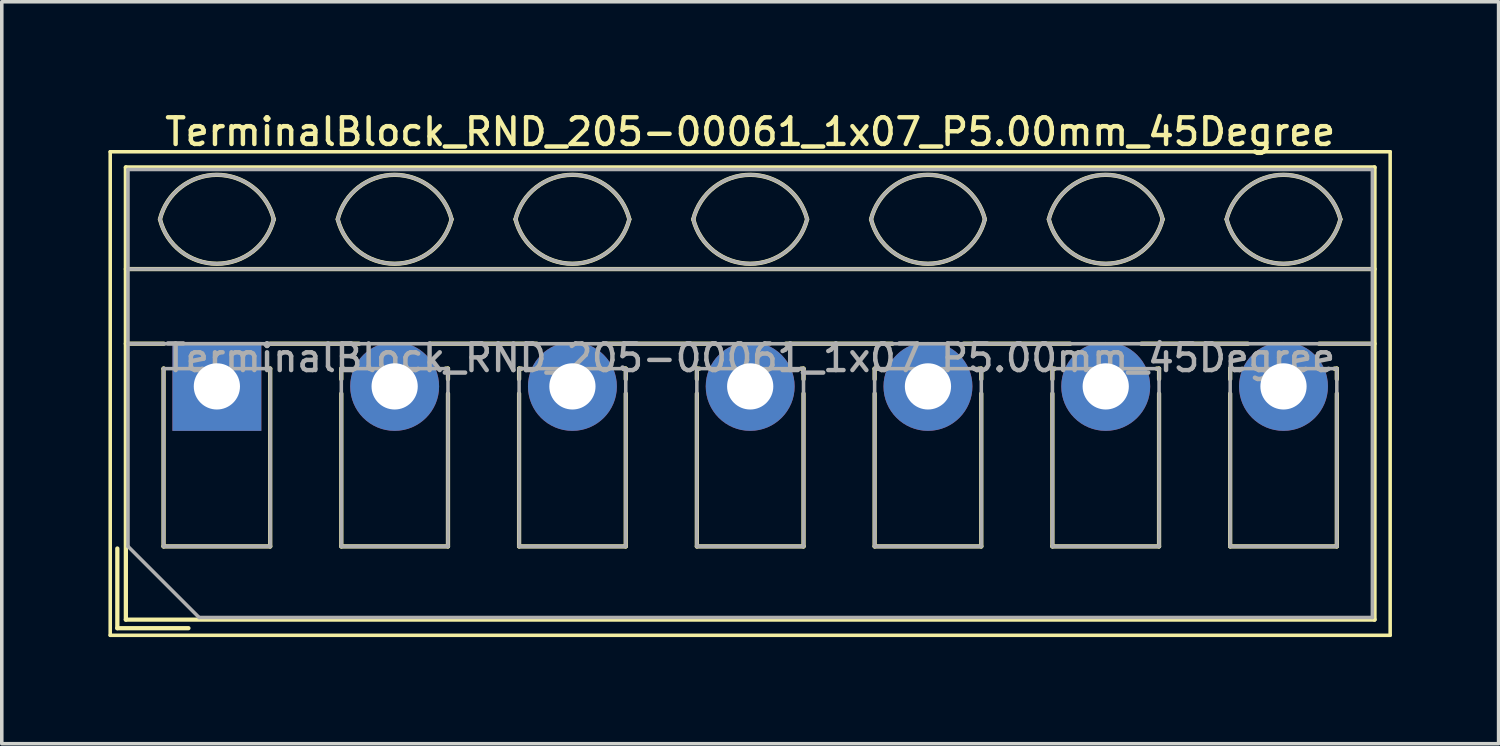
<source format=kicad_pcb>
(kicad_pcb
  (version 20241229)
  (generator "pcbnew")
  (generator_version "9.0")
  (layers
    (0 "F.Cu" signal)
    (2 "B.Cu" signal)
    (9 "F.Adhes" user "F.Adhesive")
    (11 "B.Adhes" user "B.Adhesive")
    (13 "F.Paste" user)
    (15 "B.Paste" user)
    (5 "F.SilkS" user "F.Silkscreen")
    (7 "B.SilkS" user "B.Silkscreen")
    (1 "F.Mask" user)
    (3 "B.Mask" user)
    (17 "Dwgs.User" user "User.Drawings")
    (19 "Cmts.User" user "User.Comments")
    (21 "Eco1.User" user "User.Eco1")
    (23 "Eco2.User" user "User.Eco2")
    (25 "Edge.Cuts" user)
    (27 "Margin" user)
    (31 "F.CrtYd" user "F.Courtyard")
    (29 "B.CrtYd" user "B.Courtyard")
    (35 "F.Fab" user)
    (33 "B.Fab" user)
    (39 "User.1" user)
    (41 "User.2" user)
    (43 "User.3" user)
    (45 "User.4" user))
  (footprint "TerminalBlock_RND_205-00061_1x07_P5.00mm_45Degree"
    (layer "F.Cu")
    (at 3.05 7.818)
    (property "Reference" "TerminalBlock_RND_205-00061_1x07_P5.00mm_45Degree" (at 15 -7.16 0) (layer "F.SilkS") (effects (font (size 0.75 0.75) (thickness 0.125))))
    (attr through_hole)
    (fp_line (start -3 -6.6) (end -3 7) (stroke (width 0.1) (type solid)) (layer "F.SilkS"))
    (fp_line (start -3 7) (end 33 7) (stroke (width 0.1) (type solid)) (layer "F.SilkS"))
    (fp_line (start -2.8 4.56) (end -2.8 6.8) (stroke (width 0.12) (type solid)) (layer "F.SilkS"))
    (fp_line (start -2.8 6.8) (end -0.8 6.8) (stroke (width 0.12) (type solid)) (layer "F.SilkS"))
    (fp_line (start -2.56 -6.16) (end -2.56 6.56) (stroke (width 0.12) (type solid)) (layer "F.SilkS"))
    (fp_line (start -2.56 -6.16) (end 32.56 -6.16) (stroke (width 0.12) (type solid)) (layer "F.SilkS"))
    (fp_line (start -2.56 -3.301) (end 32.56 -3.301) (stroke (width 0.12) (type solid)) (layer "F.SilkS"))
    (fp_line (start -2.56 -1.201) (end -1.49 -1.201) (stroke (width 0.12) (type solid)) (layer "F.SilkS"))
    (fp_line (start -2.56 6.56) (end 32.56 6.56) (stroke (width 0.12) (type solid)) (layer "F.SilkS"))
    (fp_line (start -1.5 -0.5) (end -1.5 4.5) (stroke (width 0.12) (type solid)) (layer "F.SilkS"))
    (fp_line (start -1.5 -0.5) (end -1.49 -0.5) (stroke (width 0.12) (type solid)) (layer "F.SilkS"))
    (fp_line (start -1.5 4.5) (end 1.5 4.5) (stroke (width 0.12) (type solid)) (layer "F.SilkS"))
    (fp_line (start 1.49 -1.201) (end 4 -1.201) (stroke (width 0.12) (type solid)) (layer "F.SilkS"))
    (fp_line (start 1.49 -0.5) (end 1.5 -0.5) (stroke (width 0.12) (type solid)) (layer "F.SilkS"))
    (fp_line (start 1.5 -0.5) (end 1.5 4.5) (stroke (width 0.12) (type solid)) (layer "F.SilkS"))
    (fp_line (start 3.5 -0.5) (end 3.5 -0.202) (stroke (width 0.12) (type solid)) (layer "F.SilkS"))
    (fp_line (start 3.5 -0.5) (end 3.57 -0.5) (stroke (width 0.12) (type solid)) (layer "F.SilkS"))
    (fp_line (start 3.5 0.202) (end 3.5 4.5) (stroke (width 0.12) (type solid)) (layer "F.SilkS"))
    (fp_line (start 3.5 4.5) (end 6.5 4.5) (stroke (width 0.12) (type solid)) (layer "F.SilkS"))
    (fp_line (start 6.001 -1.201) (end 9 -1.201) (stroke (width 0.12) (type solid)) (layer "F.SilkS"))
    (fp_line (start 6.431 -0.5) (end 6.5 -0.5) (stroke (width 0.12) (type solid)) (layer "F.SilkS"))
    (fp_line (start 6.5 -0.5) (end 6.5 -0.202) (stroke (width 0.12) (type solid)) (layer "F.SilkS"))
    (fp_line (start 6.5 0.202) (end 6.5 4.5) (stroke (width 0.12) (type solid)) (layer "F.SilkS"))
    (fp_line (start 8.5 -0.5) (end 8.5 -0.202) (stroke (width 0.12) (type solid)) (layer "F.SilkS"))
    (fp_line (start 8.5 -0.5) (end 8.57 -0.5) (stroke (width 0.12) (type solid)) (layer "F.SilkS"))
    (fp_line (start 8.5 0.202) (end 8.5 4.5) (stroke (width 0.12) (type solid)) (layer "F.SilkS"))
    (fp_line (start 8.5 4.5) (end 11.5 4.5) (stroke (width 0.12) (type solid)) (layer "F.SilkS"))
    (fp_line (start 11.001 -1.201) (end 14 -1.201) (stroke (width 0.12) (type solid)) (layer "F.SilkS"))
    (fp_line (start 11.431 -0.5) (end 11.5 -0.5) (stroke (width 0.12) (type solid)) (layer "F.SilkS"))
    (fp_line (start 11.5 -0.5) (end 11.5 -0.202) (stroke (width 0.12) (type solid)) (layer "F.SilkS"))
    (fp_line (start 11.5 0.202) (end 11.5 4.5) (stroke (width 0.12) (type solid)) (layer "F.SilkS"))
    (fp_line (start 13.5 -0.5) (end 13.5 -0.202) (stroke (width 0.12) (type solid)) (layer "F.SilkS"))
    (fp_line (start 13.5 -0.5) (end 13.57 -0.5) (stroke (width 0.12) (type solid)) (layer "F.SilkS"))
    (fp_line (start 13.5 0.202) (end 13.5 4.5) (stroke (width 0.12) (type solid)) (layer "F.SilkS"))
    (fp_line (start 13.5 4.5) (end 16.5 4.5) (stroke (width 0.12) (type solid)) (layer "F.SilkS"))
    (fp_line (start 16.001 -1.201) (end 19 -1.201) (stroke (width 0.12) (type solid)) (layer "F.SilkS"))
    (fp_line (start 16.431 -0.5) (end 16.5 -0.5) (stroke (width 0.12) (type solid)) (layer "F.SilkS"))
    (fp_line (start 16.5 -0.5) (end 16.5 -0.202) (stroke (width 0.12) (type solid)) (layer "F.SilkS"))
    (fp_line (start 16.5 0.202) (end 16.5 4.5) (stroke (width 0.12) (type solid)) (layer "F.SilkS"))
    (fp_line (start 18.5 -0.5) (end 18.5 -0.202) (stroke (width 0.12) (type solid)) (layer "F.SilkS"))
    (fp_line (start 18.5 -0.5) (end 18.57 -0.5) (stroke (width 0.12) (type solid)) (layer "F.SilkS"))
    (fp_line (start 18.5 0.202) (end 18.5 4.5) (stroke (width 0.12) (type solid)) (layer "F.SilkS"))
    (fp_line (start 18.5 4.5) (end 21.5 4.5) (stroke (width 0.12) (type solid)) (layer "F.SilkS"))
    (fp_line (start 21.001 -1.201) (end 24 -1.201) (stroke (width 0.12) (type solid)) (layer "F.SilkS"))
    (fp_line (start 21.431 -0.5) (end 21.5 -0.5) (stroke (width 0.12) (type solid)) (layer "F.SilkS"))
    (fp_line (start 21.5 -0.5) (end 21.5 -0.202) (stroke (width 0.12) (type solid)) (layer "F.SilkS"))
    (fp_line (start 21.5 0.202) (end 21.5 4.5) (stroke (width 0.12) (type solid)) (layer "F.SilkS"))
    (fp_line (start 23.5 -0.5) (end 23.5 -0.202) (stroke (width 0.12) (type solid)) (layer "F.SilkS"))
    (fp_line (start 23.5 -0.5) (end 23.57 -0.5) (stroke (width 0.12) (type solid)) (layer "F.SilkS"))
    (fp_line (start 23.5 0.202) (end 23.5 4.5) (stroke (width 0.12) (type solid)) (layer "F.SilkS"))
    (fp_line (start 23.5 4.5) (end 26.5 4.5) (stroke (width 0.12) (type solid)) (layer "F.SilkS"))
    (fp_line (start 26.001 -1.201) (end 29 -1.201) (stroke (width 0.12) (type solid)) (layer "F.SilkS"))
    (fp_line (start 26.431 -0.5) (end 26.5 -0.5) (stroke (width 0.12) (type solid)) (layer "F.SilkS"))
    (fp_line (start 26.5 -0.5) (end 26.5 -0.202) (stroke (width 0.12) (type solid)) (layer "F.SilkS"))
    (fp_line (start 26.5 0.202) (end 26.5 4.5) (stroke (width 0.12) (type solid)) (layer "F.SilkS"))
    (fp_line (start 28.5 -0.5) (end 28.5 -0.202) (stroke (width 0.12) (type solid)) (layer "F.SilkS"))
    (fp_line (start 28.5 -0.5) (end 28.57 -0.5) (stroke (width 0.12) (type solid)) (layer "F.SilkS"))
    (fp_line (start 28.5 0.202) (end 28.5 4.5) (stroke (width 0.12) (type solid)) (layer "F.SilkS"))
    (fp_line (start 28.5 4.5) (end 31.5 4.5) (stroke (width 0.12) (type solid)) (layer "F.SilkS"))
    (fp_line (start 31.001 -1.201) (end 32.56 -1.201) (stroke (width 0.12) (type solid)) (layer "F.SilkS"))
    (fp_line (start 31.431 -0.5) (end 31.5 -0.5) (stroke (width 0.12) (type solid)) (layer "F.SilkS"))
    (fp_line (start 31.5 -0.5) (end 31.5 -0.202) (stroke (width 0.12) (type solid)) (layer "F.SilkS"))
    (fp_line (start 31.5 0.202) (end 31.5 4.5) (stroke (width 0.12) (type solid)) (layer "F.SilkS"))
    (fp_line (start 32.56 -6.16) (end 32.56 6.56) (stroke (width 0.12) (type solid)) (layer "F.SilkS"))
    (fp_line (start 33 -6.6) (end -3 -6.6) (stroke (width 0.1) (type solid)) (layer "F.SilkS"))
    (fp_line (start 33 7) (end 33 -6.6) (stroke (width 0.1) (type solid)) (layer "F.SilkS"))
    (fp_arc (start -1.600914 -4.700344) (mid 0.000177 -5.95097) (end 1.601 -4.7) (stroke (width 0.12) (type solid)) (layer "F.SilkS"))
    (fp_arc (start 1.6 -4.7) (mid -0.000064 -3.45) (end -1.600031 -4.700125) (stroke (width 0.12) (type solid)) (layer "F.SilkS"))
    (fp_arc (start 3.399086 -4.700344) (mid 5.000177 -5.95097) (end 6.601 -4.7) (stroke (width 0.12) (type solid)) (layer "F.SilkS"))
    (fp_arc (start 6.6 -4.7) (mid 4.999936 -3.45) (end 3.399969 -4.700125) (stroke (width 0.12) (type solid)) (layer "F.SilkS"))
    (fp_arc (start 8.399086 -4.700344) (mid 10.000177 -5.95097) (end 11.601 -4.7) (stroke (width 0.12) (type solid)) (layer "F.SilkS"))
    (fp_arc (start 11.6 -4.7) (mid 9.999936 -3.45) (end 8.399969 -4.700125) (stroke (width 0.12) (type solid)) (layer "F.SilkS"))
    (fp_arc (start 13.399086 -4.700344) (mid 15.000177 -5.95097) (end 16.601 -4.7) (stroke (width 0.12) (type solid)) (layer "F.SilkS"))
    (fp_arc (start 16.6 -4.7) (mid 14.999936 -3.45) (end 13.399969 -4.700125) (stroke (width 0.12) (type solid)) (layer "F.SilkS"))
    (fp_arc (start 18.399086 -4.700344) (mid 20.000177 -5.95097) (end 21.601 -4.7) (stroke (width 0.12) (type solid)) (layer "F.SilkS"))
    (fp_arc (start 21.6 -4.7) (mid 19.999936 -3.45) (end 18.399969 -4.700125) (stroke (width 0.12) (type solid)) (layer "F.SilkS"))
    (fp_arc (start 23.399086 -4.700344) (mid 25.000177 -5.95097) (end 26.601 -4.7) (stroke (width 0.12) (type solid)) (layer "F.SilkS"))
    (fp_arc (start 26.6 -4.7) (mid 24.999936 -3.45) (end 23.399969 -4.700125) (stroke (width 0.12) (type solid)) (layer "F.SilkS"))
    (fp_arc (start 28.399086 -4.700344) (mid 30.000177 -5.95097) (end 31.601 -4.7) (stroke (width 0.12) (type solid)) (layer "F.SilkS"))
    (fp_arc (start 31.6 -4.7) (mid 29.999936 -3.45) (end 28.399969 -4.700125) (stroke (width 0.12) (type solid)) (layer "F.SilkS"))
    (fp_line (start -2.5 -6.1) (end 32.5 -6.1) (stroke (width 0.1) (type solid)) (layer "F.Fab"))
    (fp_line (start -2.5 -3.3) (end 32.5 -3.3) (stroke (width 0.1) (type solid)) (layer "F.Fab"))
    (fp_line (start -2.5 -1.2) (end 32.5 -1.2) (stroke (width 0.1) (type solid)) (layer "F.Fab"))
    (fp_line (start -2.5 4.5) (end -2.5 -6.1) (stroke (width 0.1) (type solid)) (layer "F.Fab"))
    (fp_line (start -1.5 -0.5) (end -1.5 4.5) (stroke (width 0.1) (type solid)) (layer "F.Fab"))
    (fp_line (start -1.5 4.5) (end 1.5 4.5) (stroke (width 0.1) (type solid)) (layer "F.Fab"))
    (fp_line (start -0.5 6.5) (end -2.5 4.5) (stroke (width 0.1) (type solid)) (layer "F.Fab"))
    (fp_line (start 1.5 -0.5) (end -1.5 -0.5) (stroke (width 0.1) (type solid)) (layer "F.Fab"))
    (fp_line (start 1.5 4.5) (end 1.5 -0.5) (stroke (width 0.1) (type solid)) (layer "F.Fab"))
    (fp_line (start 3.5 -0.5) (end 3.5 4.5) (stroke (width 0.1) (type solid)) (layer "F.Fab"))
    (fp_line (start 3.5 4.5) (end 6.5 4.5) (stroke (width 0.1) (type solid)) (layer "F.Fab"))
    (fp_line (start 6.5 -0.5) (end 3.5 -0.5) (stroke (width 0.1) (type solid)) (layer "F.Fab"))
    (fp_line (start 6.5 4.5) (end 6.5 -0.5) (stroke (width 0.1) (type solid)) (layer "F.Fab"))
    (fp_line (start 8.5 -0.5) (end 8.5 4.5) (stroke (width 0.1) (type solid)) (layer "F.Fab"))
    (fp_line (start 8.5 4.5) (end 11.5 4.5) (stroke (width 0.1) (type solid)) (layer "F.Fab"))
    (fp_line (start 11.5 -0.5) (end 8.5 -0.5) (stroke (width 0.1) (type solid)) (layer "F.Fab"))
    (fp_line (start 11.5 4.5) (end 11.5 -0.5) (stroke (width 0.1) (type solid)) (layer "F.Fab"))
    (fp_line (start 13.5 -0.5) (end 13.5 4.5) (stroke (width 0.1) (type solid)) (layer "F.Fab"))
    (fp_line (start 13.5 4.5) (end 16.5 4.5) (stroke (width 0.1) (type solid)) (layer "F.Fab"))
    (fp_line (start 16.5 -0.5) (end 13.5 -0.5) (stroke (width 0.1) (type solid)) (layer "F.Fab"))
    (fp_line (start 16.5 4.5) (end 16.5 -0.5) (stroke (width 0.1) (type solid)) (layer "F.Fab"))
    (fp_line (start 18.5 -0.5) (end 18.5 4.5) (stroke (width 0.1) (type solid)) (layer "F.Fab"))
    (fp_line (start 18.5 4.5) (end 21.5 4.5) (stroke (width 0.1) (type solid)) (layer "F.Fab"))
    (fp_line (start 21.5 -0.5) (end 18.5 -0.5) (stroke (width 0.1) (type solid)) (layer "F.Fab"))
    (fp_line (start 21.5 4.5) (end 21.5 -0.5) (stroke (width 0.1) (type solid)) (layer "F.Fab"))
    (fp_line (start 23.5 -0.5) (end 23.5 4.5) (stroke (width 0.1) (type solid)) (layer "F.Fab"))
    (fp_line (start 23.5 4.5) (end 26.5 4.5) (stroke (width 0.1) (type solid)) (layer "F.Fab"))
    (fp_line (start 26.5 -0.5) (end 23.5 -0.5) (stroke (width 0.1) (type solid)) (layer "F.Fab"))
    (fp_line (start 26.5 4.5) (end 26.5 -0.5) (stroke (width 0.1) (type solid)) (layer "F.Fab"))
    (fp_line (start 28.5 -0.5) (end 28.5 4.5) (stroke (width 0.1) (type solid)) (layer "F.Fab"))
    (fp_line (start 28.5 4.5) (end 31.5 4.5) (stroke (width 0.1) (type solid)) (layer "F.Fab"))
    (fp_line (start 31.5 -0.5) (end 28.5 -0.5) (stroke (width 0.1) (type solid)) (layer "F.Fab"))
    (fp_line (start 31.5 4.5) (end 31.5 -0.5) (stroke (width 0.1) (type solid)) (layer "F.Fab"))
    (fp_line (start 32.5 -6.1) (end 32.5 6.5) (stroke (width 0.1) (type solid)) (layer "F.Fab"))
    (fp_line (start 32.5 6.5) (end -0.5 6.5) (stroke (width 0.1) (type solid)) (layer "F.Fab"))
    (fp_arc (start -1.600914 -4.700344) (mid 0.000177 -5.95097) (end 1.601 -4.7) (stroke (width 0.1) (type solid)) (layer "F.Fab"))
    (fp_arc (start 1.6 -4.7) (mid -0.000064 -3.45) (end -1.600031 -4.700125) (stroke (width 0.1) (type solid)) (layer "F.Fab"))
    (fp_arc (start 3.399086 -4.700344) (mid 5.000177 -5.95097) (end 6.601 -4.7) (stroke (width 0.1) (type solid)) (layer "F.Fab"))
    (fp_arc (start 6.6 -4.7) (mid 4.999936 -3.45) (end 3.399969 -4.700125) (stroke (width 0.1) (type solid)) (layer "F.Fab"))
    (fp_arc (start 8.399086 -4.700344) (mid 10.000177 -5.95097) (end 11.601 -4.7) (stroke (width 0.1) (type solid)) (layer "F.Fab"))
    (fp_arc (start 11.6 -4.7) (mid 9.999936 -3.45) (end 8.399969 -4.700125) (stroke (width 0.1) (type solid)) (layer "F.Fab"))
    (fp_arc (start 13.399086 -4.700344) (mid 15.000177 -5.95097) (end 16.601 -4.7) (stroke (width 0.1) (type solid)) (layer "F.Fab"))
    (fp_arc (start 16.6 -4.7) (mid 14.999936 -3.45) (end 13.399969 -4.700125) (stroke (width 0.1) (type solid)) (layer "F.Fab"))
    (fp_arc (start 18.399086 -4.700344) (mid 20.000177 -5.95097) (end 21.601 -4.7) (stroke (width 0.1) (type solid)) (layer "F.Fab"))
    (fp_arc (start 21.6 -4.7) (mid 19.999936 -3.45) (end 18.399969 -4.700125) (stroke (width 0.1) (type solid)) (layer "F.Fab"))
    (fp_arc (start 23.399086 -4.700344) (mid 25.000177 -5.95097) (end 26.601 -4.7) (stroke (width 0.1) (type solid)) (layer "F.Fab"))
    (fp_arc (start 26.6 -4.7) (mid 24.999936 -3.45) (end 23.399969 -4.700125) (stroke (width 0.1) (type solid)) (layer "F.Fab"))
    (fp_arc (start 28.399086 -4.700344) (mid 30.000177 -5.95097) (end 31.601 -4.7) (stroke (width 0.1) (type solid)) (layer "F.Fab"))
    (fp_arc (start 31.6 -4.7) (mid 29.999936 -3.45) (end 28.399969 -4.700125) (stroke (width 0.1) (type solid)) (layer "F.Fab"))
    (fp_text user "${REFERENCE}" (at 15 -0.8 0) (layer "F.Fab") (effects (font (size 0.75 0.75) (thickness 0.125))))
    (pad "1" thru_hole rect (at 0 0) (size 2.5 2.5) (drill 1.3) (layers "*.Cu" "*.Mask"))
    (pad "2" thru_hole circle (at 5 0) (size 2.5 2.5) (drill 1.3) (layers "*.Cu" "*.Mask"))
    (pad "3" thru_hole circle (at 10 0) (size 2.5 2.5) (drill 1.3) (layers "*.Cu" "*.Mask"))
    (pad "4" thru_hole circle (at 15 0) (size 2.5 2.5) (drill 1.3) (layers "*.Cu" "*.Mask"))
    (pad "5" thru_hole circle (at 20 0) (size 2.5 2.5) (drill 1.3) (layers "*.Cu" "*.Mask"))
    (pad "6" thru_hole circle (at 25 0) (size 2.5 2.5) (drill 1.3) (layers "*.Cu" "*.Mask"))
    (pad "7" thru_hole circle (at 30 0) (size 2.5 2.5) (drill 1.3) (layers "*.Cu" "*.Mask")))
  (gr_rect
    (start -3 -3)
    (end 39.1 17.868)
    (stroke (width 0.1) (type default))
    (fill no)
    (layer "Edge.Cuts")))
</source>
